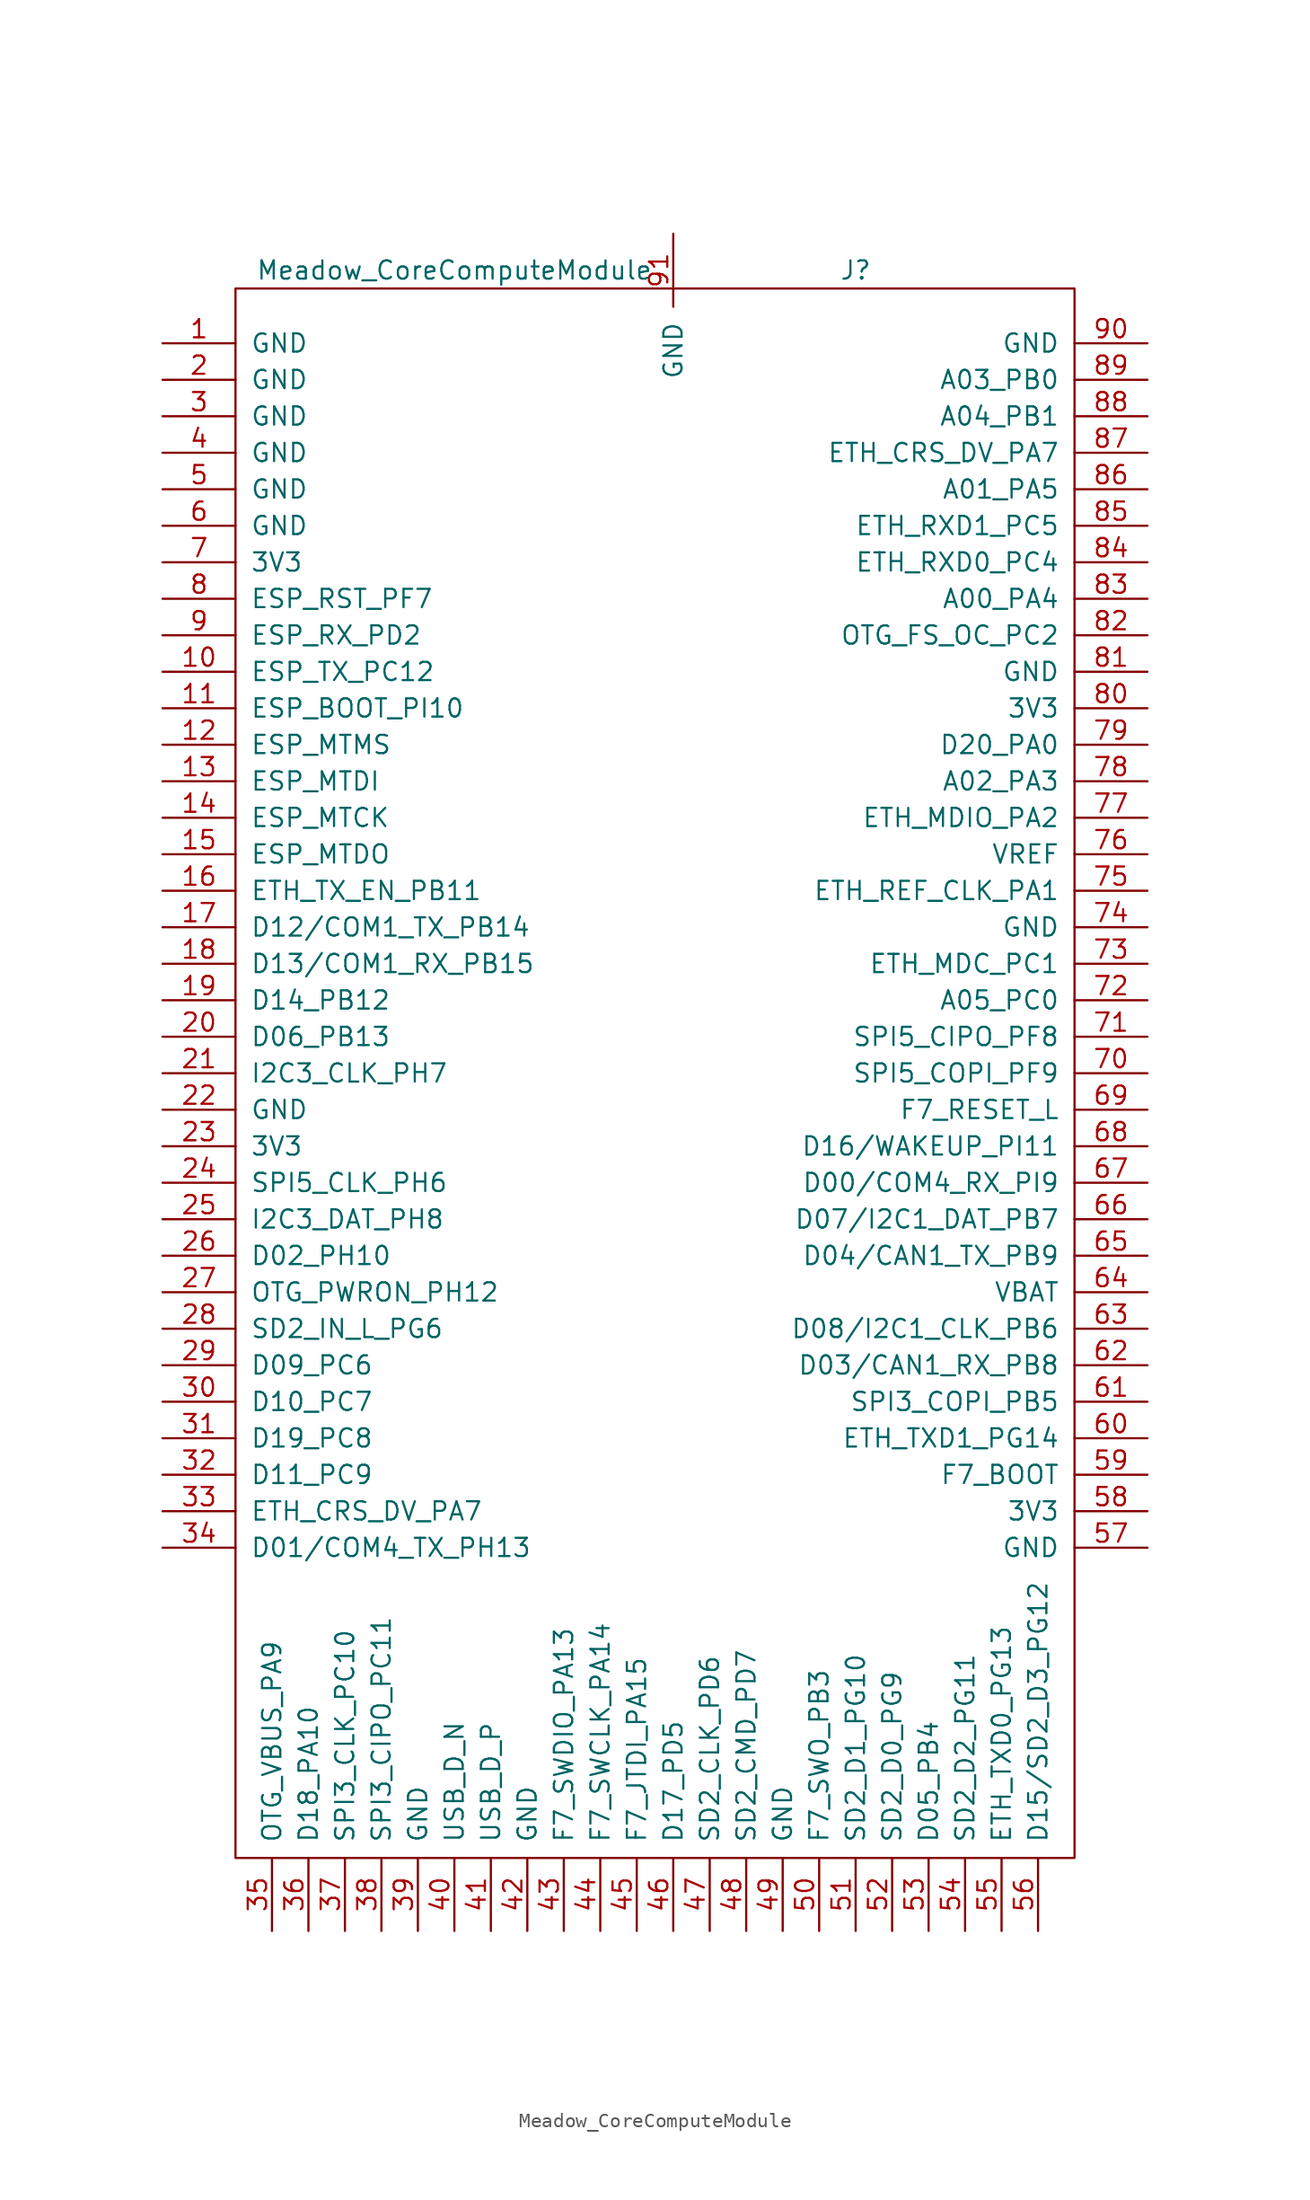
<source format=kicad_sym>
(kicad_symbol_lib
  (version 20220914)
  (generator kicad_symbol_editor)
  (symbol "Meadow_CoreComputeModule"
    (pin_names
      (offset 1.016))
    (property "Reference" "J"
      (at 12.7 64.77 0)
      (effects (font (size 1.27 1.27))))
    (property "Value" "Meadow_CoreComputeModule"
      (at -15.24 64.77 0)
      (effects (font (size 1.27 1.27))))
    (symbol "Meadow_CoreComputeModule_0_1"
      (rectangle (start -30.48 63.5) (end 27.94 -45.72) (stroke (width 0) (type default)) (fill (type none))))
    (symbol "Meadow_CoreComputeModule_1_1"
      (pin power_in line (at -35.56 59.69 0) (length 5.08) (name "GND" (effects (font (size 1.27 1.27)))) (number "1" (effects (font (size 1.27 1.27)))))
      (pin bidirectional line (at -35.56 36.83 0) (length 5.08) (name "ESP_TX_PC12" (effects (font (size 1.27 1.27)))) (number "10" (effects (font (size 1.27 1.27)))))
      (pin bidirectional line (at -35.56 34.29 0) (length 5.08) (name "ESP_BOOT_PI10" (effects (font (size 1.27 1.27)))) (number "11" (effects (font (size 1.27 1.27)))))
      (pin bidirectional line (at -35.56 31.75 0) (length 5.08) (name "ESP_MTMS" (effects (font (size 1.27 1.27)))) (number "12" (effects (font (size 1.27 1.27)))))
      (pin bidirectional line (at -35.56 29.21 0) (length 5.08) (name "ESP_MTDI" (effects (font (size 1.27 1.27)))) (number "13" (effects (font (size 1.27 1.27)))))
      (pin bidirectional line (at -35.56 26.67 0) (length 5.08) (name "ESP_MTCK" (effects (font (size 1.27 1.27)))) (number "14" (effects (font (size 1.27 1.27)))))
      (pin bidirectional line (at -35.56 24.13 0) (length 5.08) (name "ESP_MTDO" (effects (font (size 1.27 1.27)))) (number "15" (effects (font (size 1.27 1.27)))))
      (pin bidirectional line (at -35.56 21.59 0) (length 5.08) (name "ETH_TX_EN_PB11" (effects (font (size 1.27 1.27)))) (number "16" (effects (font (size 1.27 1.27)))))
      (pin bidirectional line (at -35.56 19.05 0) (length 5.08) (name "D12/COM1_TX_PB14" (effects (font (size 1.27 1.27)))) (number "17" (effects (font (size 1.27 1.27)))))
      (pin bidirectional line (at -35.56 16.51 0) (length 5.08) (name "D13/COM1_RX_PB15" (effects (font (size 1.27 1.27)))) (number "18" (effects (font (size 1.27 1.27)))))
      (pin bidirectional line (at -35.56 13.97 0) (length 5.08) (name "D14_PB12" (effects (font (size 1.27 1.27)))) (number "19" (effects (font (size 1.27 1.27)))))
      (pin power_in line (at -35.56 57.15 0) (length 5.08) (name "GND" (effects (font (size 1.27 1.27)))) (number "2" (effects (font (size 1.27 1.27)))))
      (pin bidirectional line (at -35.56 11.43 0) (length 5.08) (name "D06_PB13" (effects (font (size 1.27 1.27)))) (number "20" (effects (font (size 1.27 1.27)))))
      (pin bidirectional line (at -35.56 8.89 0) (length 5.08) (name "I2C3_CLK_PH7" (effects (font (size 1.27 1.27)))) (number "21" (effects (font (size 1.27 1.27)))))
      (pin power_in line (at -35.56 6.35 0) (length 5.08) (name "GND" (effects (font (size 1.27 1.27)))) (number "22" (effects (font (size 1.27 1.27)))))
      (pin power_in line (at -35.56 3.81 0) (length 5.08) (name "3V3" (effects (font (size 1.27 1.27)))) (number "23" (effects (font (size 1.27 1.27)))))
      (pin bidirectional line (at -35.56 1.27 0) (length 5.08) (name "SPI5_CLK_PH6" (effects (font (size 1.27 1.27)))) (number "24" (effects (font (size 1.27 1.27)))))
      (pin bidirectional line (at -35.56 -1.27 0) (length 5.08) (name "I2C3_DAT_PH8" (effects (font (size 1.27 1.27)))) (number "25" (effects (font (size 1.27 1.27)))))
      (pin bidirectional line (at -35.56 -3.81 0) (length 5.08) (name "D02_PH10" (effects (font (size 1.27 1.27)))) (number "26" (effects (font (size 1.27 1.27)))))
      (pin bidirectional line (at -35.56 -6.35 0) (length 5.08) (name "OTG_PWRON_PH12" (effects (font (size 1.27 1.27)))) (number "27" (effects (font (size 1.27 1.27)))))
      (pin bidirectional line (at -35.56 -8.89 0) (length 5.08) (name "SD2_IN_L_PG6" (effects (font (size 1.27 1.27)))) (number "28" (effects (font (size 1.27 1.27)))))
      (pin bidirectional line (at -35.56 -11.43 0) (length 5.08) (name "D09_PC6" (effects (font (size 1.27 1.27)))) (number "29" (effects (font (size 1.27 1.27)))))
      (pin power_in line (at -35.56 54.61 0) (length 5.08) (name "GND" (effects (font (size 1.27 1.27)))) (number "3" (effects (font (size 1.27 1.27)))))
      (pin bidirectional line (at -35.56 -13.97 0) (length 5.08) (name "D10_PC7" (effects (font (size 1.27 1.27)))) (number "30" (effects (font (size 1.27 1.27)))))
      (pin bidirectional line (at -35.56 -16.51 0) (length 5.08) (name "D19_PC8" (effects (font (size 1.27 1.27)))) (number "31" (effects (font (size 1.27 1.27)))))
      (pin bidirectional line (at -35.56 -19.05 0) (length 5.08) (name "D11_PC9" (effects (font (size 1.27 1.27)))) (number "32" (effects (font (size 1.27 1.27)))))
      (pin bidirectional line (at -35.56 -21.59 0) (length 5.08) (name "ETH_CRS_DV_PA7" (effects (font (size 1.27 1.27)))) (number "33" (effects (font (size 1.27 1.27)))))
      (pin bidirectional line (at -35.56 -24.13 0) (length 5.08) (name "D01/COM4_TX_PH13" (effects (font (size 1.27 1.27)))) (number "34" (effects (font (size 1.27 1.27)))))
      (pin bidirectional line (at -27.94 -50.8 90) (length 5.08) (name "OTG_VBUS_PA9" (effects (font (size 1.27 1.27)))) (number "35" (effects (font (size 1.27 1.27)))))
      (pin bidirectional line (at -25.4 -50.8 90) (length 5.08) (name "D18_PA10" (effects (font (size 1.27 1.27)))) (number "36" (effects (font (size 1.27 1.27)))))
      (pin bidirectional line (at -22.86 -50.8 90) (length 5.08) (name "SPI3_CLK_PC10" (effects (font (size 1.27 1.27)))) (number "37" (effects (font (size 1.27 1.27)))))
      (pin bidirectional line (at -20.32 -50.8 90) (length 5.08) (name "SPI3_CIPO_PC11" (effects (font (size 1.27 1.27)))) (number "38" (effects (font (size 1.27 1.27)))))
      (pin power_in line (at -17.78 -50.8 90) (length 5.08) (name "GND" (effects (font (size 1.27 1.27)))) (number "39" (effects (font (size 1.27 1.27)))))
      (pin power_in line (at -35.56 52.07 0) (length 5.08) (name "GND" (effects (font (size 1.27 1.27)))) (number "4" (effects (font (size 1.27 1.27)))))
      (pin bidirectional line (at -15.24 -50.8 90) (length 5.08) (name "USB_D_N" (effects (font (size 1.27 1.27)))) (number "40" (effects (font (size 1.27 1.27)))))
      (pin bidirectional line (at -12.7 -50.8 90) (length 5.08) (name "USB_D_P" (effects (font (size 1.27 1.27)))) (number "41" (effects (font (size 1.27 1.27)))))
      (pin power_in line (at -10.16 -50.8 90) (length 5.08) (name "GND" (effects (font (size 1.27 1.27)))) (number "42" (effects (font (size 1.27 1.27)))))
      (pin bidirectional line (at -7.62 -50.8 90) (length 5.08) (name "F7_SWDIO_PA13" (effects (font (size 1.27 1.27)))) (number "43" (effects (font (size 1.27 1.27)))))
      (pin bidirectional line (at -5.08 -50.8 90) (length 5.08) (name "F7_SWCLK_PA14" (effects (font (size 1.27 1.27)))) (number "44" (effects (font (size 1.27 1.27)))))
      (pin bidirectional line (at -2.54 -50.8 90) (length 5.08) (name "F7_JTDI_PA15" (effects (font (size 1.27 1.27)))) (number "45" (effects (font (size 1.27 1.27)))))
      (pin bidirectional line (at 0 -50.8 90) (length 5.08) (name "D17_PD5" (effects (font (size 1.27 1.27)))) (number "46" (effects (font (size 1.27 1.27)))))
      (pin bidirectional line (at 2.54 -50.8 90) (length 5.08) (name "SD2_CLK_PD6" (effects (font (size 1.27 1.27)))) (number "47" (effects (font (size 1.27 1.27)))))
      (pin bidirectional line (at 5.08 -50.8 90) (length 5.08) (name "SD2_CMD_PD7" (effects (font (size 1.27 1.27)))) (number "48" (effects (font (size 1.27 1.27)))))
      (pin power_in line (at 7.62 -50.8 90) (length 5.08) (name "GND" (effects (font (size 1.27 1.27)))) (number "49" (effects (font (size 1.27 1.27)))))
      (pin power_in line (at -35.56 49.53 0) (length 5.08) (name "GND" (effects (font (size 1.27 1.27)))) (number "5" (effects (font (size 1.27 1.27)))))
      (pin bidirectional line (at 10.16 -50.8 90) (length 5.08) (name "F7_SWO_PB3" (effects (font (size 1.27 1.27)))) (number "50" (effects (font (size 1.27 1.27)))))
      (pin bidirectional line (at 12.7 -50.8 90) (length 5.08) (name "SD2_D1_PG10" (effects (font (size 1.27 1.27)))) (number "51" (effects (font (size 1.27 1.27)))))
      (pin bidirectional line (at 15.24 -50.8 90) (length 5.08) (name "SD2_D0_PG9" (effects (font (size 1.27 1.27)))) (number "52" (effects (font (size 1.27 1.27)))))
      (pin bidirectional line (at 17.78 -50.8 90) (length 5.08) (name "D05_PB4" (effects (font (size 1.27 1.27)))) (number "53" (effects (font (size 1.27 1.27)))))
      (pin bidirectional line (at 20.32 -50.8 90) (length 5.08) (name "SD2_D2_PG11" (effects (font (size 1.27 1.27)))) (number "54" (effects (font (size 1.27 1.27)))))
      (pin bidirectional line (at 22.86 -50.8 90) (length 5.08) (name "ETH_TXD0_PG13" (effects (font (size 1.27 1.27)))) (number "55" (effects (font (size 1.27 1.27)))))
      (pin bidirectional line (at 25.4 -50.8 90) (length 5.08) (name "D15/SD2_D3_PG12" (effects (font (size 1.27 1.27)))) (number "56" (effects (font (size 1.27 1.27)))))
      (pin power_in line (at 33.02 -24.13 180) (length 5.08) (name "GND" (effects (font (size 1.27 1.27)))) (number "57" (effects (font (size 1.27 1.27)))))
      (pin power_in line (at 33.02 -21.59 180) (length 5.08) (name "3V3" (effects (font (size 1.27 1.27)))) (number "58" (effects (font (size 1.27 1.27)))))
      (pin bidirectional line (at 33.02 -19.05 180) (length 5.08) (name "F7_BOOT" (effects (font (size 1.27 1.27)))) (number "59" (effects (font (size 1.27 1.27)))))
      (pin power_in line (at -35.56 46.99 0) (length 5.08) (name "GND" (effects (font (size 1.27 1.27)))) (number "6" (effects (font (size 1.27 1.27)))))
      (pin bidirectional line (at 33.02 -16.51 180) (length 5.08) (name "ETH_TXD1_PG14" (effects (font (size 1.27 1.27)))) (number "60" (effects (font (size 1.27 1.27)))))
      (pin bidirectional line (at 33.02 -13.97 180) (length 5.08) (name "SPI3_COPI_PB5" (effects (font (size 1.27 1.27)))) (number "61" (effects (font (size 1.27 1.27)))))
      (pin bidirectional line (at 33.02 -11.43 180) (length 5.08) (name "D03/CAN1_RX_PB8" (effects (font (size 1.27 1.27)))) (number "62" (effects (font (size 1.27 1.27)))))
      (pin bidirectional line (at 33.02 -8.89 180) (length 5.08) (name "D08/I2C1_CLK_PB6" (effects (font (size 1.27 1.27)))) (number "63" (effects (font (size 1.27 1.27)))))
      (pin power_in line (at 33.02 -6.35 180) (length 5.08) (name "VBAT" (effects (font (size 1.27 1.27)))) (number "64" (effects (font (size 1.27 1.27)))))
      (pin bidirectional line (at 33.02 -3.81 180) (length 5.08) (name "D04/CAN1_TX_PB9" (effects (font (size 1.27 1.27)))) (number "65" (effects (font (size 1.27 1.27)))))
      (pin bidirectional line (at 33.02 -1.27 180) (length 5.08) (name "D07/I2C1_DAT_PB7" (effects (font (size 1.27 1.27)))) (number "66" (effects (font (size 1.27 1.27)))))
      (pin bidirectional line (at 33.02 1.27 180) (length 5.08) (name "D00/COM4_RX_PI9" (effects (font (size 1.27 1.27)))) (number "67" (effects (font (size 1.27 1.27)))))
      (pin bidirectional line (at 33.02 3.81 180) (length 5.08) (name "D16/WAKEUP_PI11" (effects (font (size 1.27 1.27)))) (number "68" (effects (font (size 1.27 1.27)))))
      (pin bidirectional line (at 33.02 6.35 180) (length 5.08) (name "F7_RESET_L" (effects (font (size 1.27 1.27)))) (number "69" (effects (font (size 1.27 1.27)))))
      (pin power_in line (at -35.56 44.45 0) (length 5.08) (name "3V3" (effects (font (size 1.27 1.27)))) (number "7" (effects (font (size 1.27 1.27)))))
      (pin bidirectional line (at 33.02 8.89 180) (length 5.08) (name "SPI5_COPI_PF9" (effects (font (size 1.27 1.27)))) (number "70" (effects (font (size 1.27 1.27)))))
      (pin bidirectional line (at 33.02 11.43 180) (length 5.08) (name "SPI5_CIPO_PF8" (effects (font (size 1.27 1.27)))) (number "71" (effects (font (size 1.27 1.27)))))
      (pin bidirectional line (at 33.02 13.97 180) (length 5.08) (name "A05_PC0" (effects (font (size 1.27 1.27)))) (number "72" (effects (font (size 1.27 1.27)))))
      (pin bidirectional line (at 33.02 16.51 180) (length 5.08) (name "ETH_MDC_PC1" (effects (font (size 1.27 1.27)))) (number "73" (effects (font (size 1.27 1.27)))))
      (pin power_in line (at 33.02 19.05 180) (length 5.08) (name "GND" (effects (font (size 1.27 1.27)))) (number "74" (effects (font (size 1.27 1.27)))))
      (pin bidirectional line (at 33.02 21.59 180) (length 5.08) (name "ETH_REF_CLK_PA1" (effects (font (size 1.27 1.27)))) (number "75" (effects (font (size 1.27 1.27)))))
      (pin power_in line (at 33.02 24.13 180) (length 5.08) (name "VREF" (effects (font (size 1.27 1.27)))) (number "76" (effects (font (size 1.27 1.27)))))
      (pin bidirectional line (at 33.02 26.67 180) (length 5.08) (name "ETH_MDIO_PA2" (effects (font (size 1.27 1.27)))) (number "77" (effects (font (size 1.27 1.27)))))
      (pin bidirectional line (at 33.02 29.21 180) (length 5.08) (name "A02_PA3" (effects (font (size 1.27 1.27)))) (number "78" (effects (font (size 1.27 1.27)))))
      (pin bidirectional line (at 33.02 31.75 180) (length 5.08) (name "D20_PA0" (effects (font (size 1.27 1.27)))) (number "79" (effects (font (size 1.27 1.27)))))
      (pin bidirectional line (at -35.56 41.91 0) (length 5.08) (name "ESP_RST_PF7" (effects (font (size 1.27 1.27)))) (number "8" (effects (font (size 1.27 1.27)))))
      (pin power_in line (at 33.02 34.29 180) (length 5.08) (name "3V3" (effects (font (size 1.27 1.27)))) (number "80" (effects (font (size 1.27 1.27)))))
      (pin power_in line (at 33.02 36.83 180) (length 5.08) (name "GND" (effects (font (size 1.27 1.27)))) (number "81" (effects (font (size 1.27 1.27)))))
      (pin bidirectional line (at 33.02 39.37 180) (length 5.08) (name "OTG_FS_OC_PC2" (effects (font (size 1.27 1.27)))) (number "82" (effects (font (size 1.27 1.27)))))
      (pin bidirectional line (at 33.02 41.91 180) (length 5.08) (name "A00_PA4" (effects (font (size 1.27 1.27)))) (number "83" (effects (font (size 1.27 1.27)))))
      (pin bidirectional line (at 33.02 44.45 180) (length 5.08) (name "ETH_RXD0_PC4" (effects (font (size 1.27 1.27)))) (number "84" (effects (font (size 1.27 1.27)))))
      (pin bidirectional line (at 33.02 46.99 180) (length 5.08) (name "ETH_RXD1_PC5" (effects (font (size 1.27 1.27)))) (number "85" (effects (font (size 1.27 1.27)))))
      (pin bidirectional line (at 33.02 49.53 180) (length 5.08) (name "A01_PA5" (effects (font (size 1.27 1.27)))) (number "86" (effects (font (size 1.27 1.27)))))
      (pin bidirectional line (at 33.02 52.07 180) (length 5.08) (name "ETH_CRS_DV_PA7" (effects (font (size 1.27 1.27)))) (number "87" (effects (font (size 1.27 1.27)))))
      (pin bidirectional line (at 33.02 54.61 180) (length 5.08) (name "A04_PB1" (effects (font (size 1.27 1.27)))) (number "88" (effects (font (size 1.27 1.27)))))
      (pin bidirectional line (at 33.02 57.15 180) (length 5.08) (name "A03_PB0" (effects (font (size 1.27 1.27)))) (number "89" (effects (font (size 1.27 1.27)))))
      (pin bidirectional line (at -35.56 39.37 0) (length 5.08) (name "ESP_RX_PD2" (effects (font (size 1.27 1.27)))) (number "9" (effects (font (size 1.27 1.27)))))
      (pin power_in line (at 33.02 59.69 180) (length 5.08) (name "GND" (effects (font (size 1.27 1.27)))) (number "90" (effects (font (size 1.27 1.27)))))
      (pin power_in line (at 0 67.31 270) (length 5.08) (name "GND" (effects (font (size 1.27 1.27)))) (number "91" (effects (font (size 1.27 1.27))))))))
</source>
